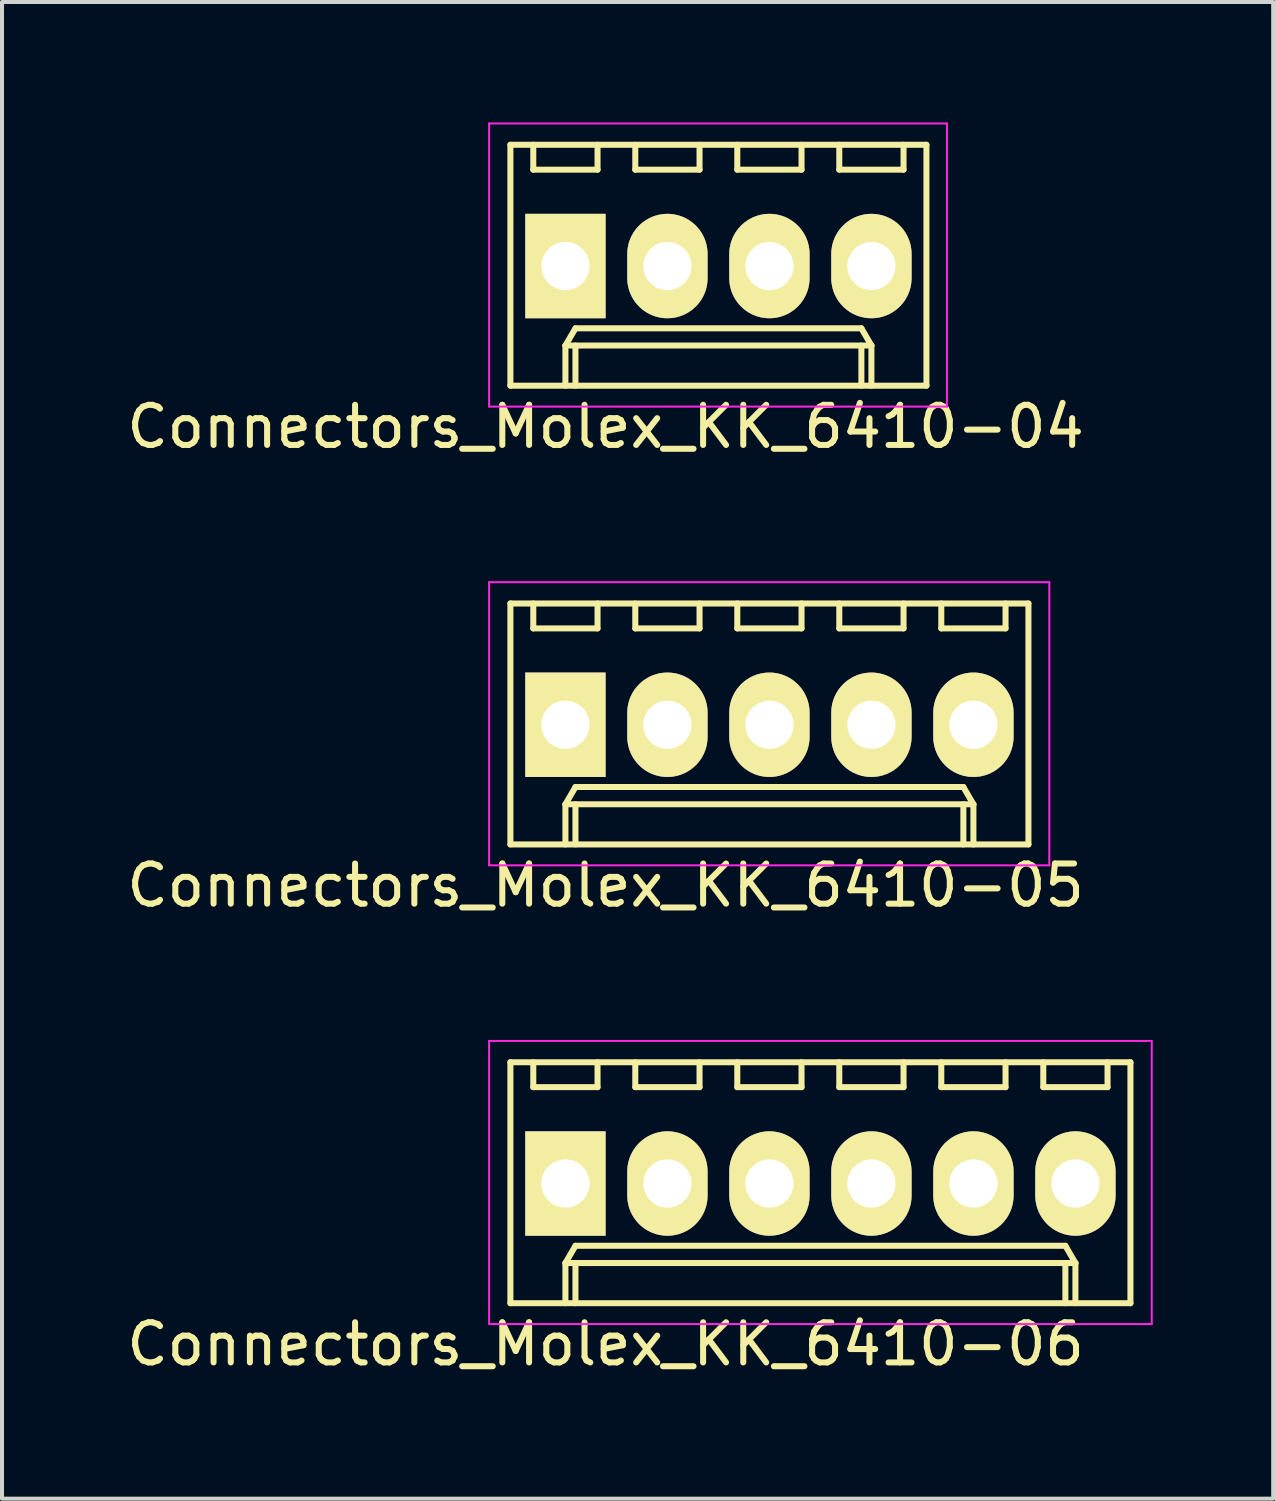
<source format=kicad_pcb>
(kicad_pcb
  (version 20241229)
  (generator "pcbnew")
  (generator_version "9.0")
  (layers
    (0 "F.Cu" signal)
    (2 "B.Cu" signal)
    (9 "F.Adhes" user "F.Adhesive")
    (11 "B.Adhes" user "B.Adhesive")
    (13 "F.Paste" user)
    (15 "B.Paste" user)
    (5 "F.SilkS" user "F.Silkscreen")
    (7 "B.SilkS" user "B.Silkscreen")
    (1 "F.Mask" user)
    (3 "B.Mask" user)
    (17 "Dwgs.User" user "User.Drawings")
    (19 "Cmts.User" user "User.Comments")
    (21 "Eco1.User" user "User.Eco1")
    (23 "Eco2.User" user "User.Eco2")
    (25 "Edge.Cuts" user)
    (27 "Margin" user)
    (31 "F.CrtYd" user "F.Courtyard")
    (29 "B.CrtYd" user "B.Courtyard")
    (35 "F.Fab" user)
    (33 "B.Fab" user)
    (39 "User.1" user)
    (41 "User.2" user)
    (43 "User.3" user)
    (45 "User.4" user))
  (footprint "Connectors_Molex_KK_6410-04"
    (layer "F.Cu")
    (at 11.03 3.575)
    (property "Reference" "Connectors_Molex_KK_6410-04" (at 1 4 0) (layer "F.SilkS") (effects (font (size 1 1) (thickness 0.15))))
    (attr through_hole)
    (fp_line (start -1.37 -3.02) (end -1.37 2.98) (stroke (width 0.15) (type solid)) (layer "F.SilkS"))
    (fp_line (start -1.37 2.98) (end 8.99 2.98) (stroke (width 0.15) (type solid)) (layer "F.SilkS"))
    (fp_line (start -0.8 -3.02) (end -0.8 -2.4) (stroke (width 0.15) (type solid)) (layer "F.SilkS"))
    (fp_line (start -0.8 -2.4) (end 0.8 -2.4) (stroke (width 0.15) (type solid)) (layer "F.SilkS"))
    (fp_line (start 0 1.98) (end 0.25 1.55) (stroke (width 0.15) (type solid)) (layer "F.SilkS"))
    (fp_line (start 0 1.98) (end 7.62 1.98) (stroke (width 0.15) (type solid)) (layer "F.SilkS"))
    (fp_line (start 0 2.98) (end 0 1.98) (stroke (width 0.15) (type solid)) (layer "F.SilkS"))
    (fp_line (start 0.25 1.55) (end 7.37 1.55) (stroke (width 0.15) (type solid)) (layer "F.SilkS"))
    (fp_line (start 0.25 2.98) (end 0.25 1.98) (stroke (width 0.15) (type solid)) (layer "F.SilkS"))
    (fp_line (start 0.8 -2.4) (end 0.8 -3.02) (stroke (width 0.15) (type solid)) (layer "F.SilkS"))
    (fp_line (start 1.74 -3.02) (end 1.74 -2.4) (stroke (width 0.15) (type solid)) (layer "F.SilkS"))
    (fp_line (start 1.74 -2.4) (end 3.34 -2.4) (stroke (width 0.15) (type solid)) (layer "F.SilkS"))
    (fp_line (start 3.34 -2.4) (end 3.34 -3.02) (stroke (width 0.15) (type solid)) (layer "F.SilkS"))
    (fp_line (start 4.28 -3.02) (end 4.28 -2.4) (stroke (width 0.15) (type solid)) (layer "F.SilkS"))
    (fp_line (start 4.28 -2.4) (end 5.88 -2.4) (stroke (width 0.15) (type solid)) (layer "F.SilkS"))
    (fp_line (start 5.88 -2.4) (end 5.88 -3.02) (stroke (width 0.15) (type solid)) (layer "F.SilkS"))
    (fp_line (start 6.82 -3.02) (end 6.82 -2.4) (stroke (width 0.15) (type solid)) (layer "F.SilkS"))
    (fp_line (start 6.82 -2.4) (end 8.42 -2.4) (stroke (width 0.15) (type solid)) (layer "F.SilkS"))
    (fp_line (start 7.37 1.55) (end 7.62 1.98) (stroke (width 0.15) (type solid)) (layer "F.SilkS"))
    (fp_line (start 7.37 2.98) (end 7.37 1.98) (stroke (width 0.15) (type solid)) (layer "F.SilkS"))
    (fp_line (start 7.62 1.98) (end 7.62 2.98) (stroke (width 0.15) (type solid)) (layer "F.SilkS"))
    (fp_line (start 8.42 -2.4) (end 8.42 -3.02) (stroke (width 0.15) (type solid)) (layer "F.SilkS"))
    (fp_line (start 8.99 -3.02) (end -1.37 -3.02) (stroke (width 0.15) (type solid)) (layer "F.SilkS"))
    (fp_line (start 8.99 2.98) (end 8.99 -3.02) (stroke (width 0.15) (type solid)) (layer "F.SilkS"))
    (fp_line (start -1.9 -3.55) (end 9.5 -3.55) (stroke (width 0.05) (type solid)) (layer "F.CrtYd"))
    (fp_line (start -1.9 3.5) (end -1.9 -3.55) (stroke (width 0.05) (type solid)) (layer "F.CrtYd"))
    (fp_line (start 9.5 -3.55) (end 9.5 3.5) (stroke (width 0.05) (type solid)) (layer "F.CrtYd"))
    (fp_line (start 9.5 3.5) (end -1.9 3.5) (stroke (width 0.05) (type solid)) (layer "F.CrtYd"))
    (pad "1" thru_hole rect (at 0 0) (size 2 2.6) (drill 1.2) (layers "*.Cu" "*.Mask" "F.SilkS"))
    (pad "2" thru_hole oval (at 2.54 0) (size 2 2.6) (drill 1.2) (layers "*.Cu" "*.Mask" "F.SilkS"))
    (pad "3" thru_hole oval (at 5.08 0) (size 2 2.6) (drill 1.2) (layers "*.Cu" "*.Mask" "F.SilkS"))
    (pad "4" thru_hole oval (at 7.62 0) (size 2 2.6) (drill 1.2) (layers "*.Cu" "*.Mask" "F.SilkS")))
  (footprint "Connectors_Molex_KK_6410-06"
    (layer "F.Cu")
    (at 11.03 26.422)
    (property "Reference" "Connectors_Molex_KK_6410-06" (at 1 4 0) (layer "F.SilkS") (effects (font (size 1 1) (thickness 0.15))))
    (attr through_hole)
    (fp_line (start -1.37 -3.02) (end -1.37 2.98) (stroke (width 0.15) (type solid)) (layer "F.SilkS"))
    (fp_line (start -1.37 2.98) (end 14.07 2.98) (stroke (width 0.15) (type solid)) (layer "F.SilkS"))
    (fp_line (start -0.8 -3.02) (end -0.8 -2.4) (stroke (width 0.15) (type solid)) (layer "F.SilkS"))
    (fp_line (start -0.8 -2.4) (end 0.8 -2.4) (stroke (width 0.15) (type solid)) (layer "F.SilkS"))
    (fp_line (start 0 1.98) (end 0.25 1.55) (stroke (width 0.15) (type solid)) (layer "F.SilkS"))
    (fp_line (start 0 1.98) (end 12.7 1.98) (stroke (width 0.15) (type solid)) (layer "F.SilkS"))
    (fp_line (start 0 2.98) (end 0 1.98) (stroke (width 0.15) (type solid)) (layer "F.SilkS"))
    (fp_line (start 0.25 1.55) (end 12.45 1.55) (stroke (width 0.15) (type solid)) (layer "F.SilkS"))
    (fp_line (start 0.25 2.98) (end 0.25 1.98) (stroke (width 0.15) (type solid)) (layer "F.SilkS"))
    (fp_line (start 0.8 -2.4) (end 0.8 -3.02) (stroke (width 0.15) (type solid)) (layer "F.SilkS"))
    (fp_line (start 1.74 -3.02) (end 1.74 -2.4) (stroke (width 0.15) (type solid)) (layer "F.SilkS"))
    (fp_line (start 1.74 -2.4) (end 3.34 -2.4) (stroke (width 0.15) (type solid)) (layer "F.SilkS"))
    (fp_line (start 3.34 -2.4) (end 3.34 -3.02) (stroke (width 0.15) (type solid)) (layer "F.SilkS"))
    (fp_line (start 4.28 -3.02) (end 4.28 -2.4) (stroke (width 0.15) (type solid)) (layer "F.SilkS"))
    (fp_line (start 4.28 -2.4) (end 5.88 -2.4) (stroke (width 0.15) (type solid)) (layer "F.SilkS"))
    (fp_line (start 5.88 -2.4) (end 5.88 -3.02) (stroke (width 0.15) (type solid)) (layer "F.SilkS"))
    (fp_line (start 6.82 -3.02) (end 6.82 -2.4) (stroke (width 0.15) (type solid)) (layer "F.SilkS"))
    (fp_line (start 6.82 -2.4) (end 8.42 -2.4) (stroke (width 0.15) (type solid)) (layer "F.SilkS"))
    (fp_line (start 8.42 -2.4) (end 8.42 -3.02) (stroke (width 0.15) (type solid)) (layer "F.SilkS"))
    (fp_line (start 9.36 -3.02) (end 9.36 -2.4) (stroke (width 0.15) (type solid)) (layer "F.SilkS"))
    (fp_line (start 9.36 -2.4) (end 10.96 -2.4) (stroke (width 0.15) (type solid)) (layer "F.SilkS"))
    (fp_line (start 10.96 -2.4) (end 10.96 -3.02) (stroke (width 0.15) (type solid)) (layer "F.SilkS"))
    (fp_line (start 11.9 -3.02) (end 11.9 -2.4) (stroke (width 0.15) (type solid)) (layer "F.SilkS"))
    (fp_line (start 11.9 -2.4) (end 13.5 -2.4) (stroke (width 0.15) (type solid)) (layer "F.SilkS"))
    (fp_line (start 12.45 1.55) (end 12.7 1.98) (stroke (width 0.15) (type solid)) (layer "F.SilkS"))
    (fp_line (start 12.45 2.98) (end 12.45 1.98) (stroke (width 0.15) (type solid)) (layer "F.SilkS"))
    (fp_line (start 12.7 1.98) (end 12.7 2.98) (stroke (width 0.15) (type solid)) (layer "F.SilkS"))
    (fp_line (start 13.5 -2.4) (end 13.5 -3.02) (stroke (width 0.15) (type solid)) (layer "F.SilkS"))
    (fp_line (start 14.07 -3.02) (end -1.37 -3.02) (stroke (width 0.15) (type solid)) (layer "F.SilkS"))
    (fp_line (start 14.07 2.98) (end 14.07 -3.02) (stroke (width 0.15) (type solid)) (layer "F.SilkS"))
    (fp_line (start -1.9 -3.55) (end 14.6 -3.55) (stroke (width 0.05) (type solid)) (layer "F.CrtYd"))
    (fp_line (start -1.9 3.5) (end -1.9 -3.55) (stroke (width 0.05) (type solid)) (layer "F.CrtYd"))
    (fp_line (start 14.6 -3.55) (end 14.6 3.5) (stroke (width 0.05) (type solid)) (layer "F.CrtYd"))
    (fp_line (start 14.6 3.5) (end -1.9 3.5) (stroke (width 0.05) (type solid)) (layer "F.CrtYd"))
    (pad "1" thru_hole rect (at 0 0) (size 2 2.6) (drill 1.2) (layers "*.Cu" "*.Mask" "F.SilkS"))
    (pad "2" thru_hole oval (at 2.54 0) (size 2 2.6) (drill 1.2) (layers "*.Cu" "*.Mask" "F.SilkS"))
    (pad "3" thru_hole oval (at 5.08 0) (size 2 2.6) (drill 1.2) (layers "*.Cu" "*.Mask" "F.SilkS"))
    (pad "4" thru_hole oval (at 7.62 0) (size 2 2.6) (drill 1.2) (layers "*.Cu" "*.Mask" "F.SilkS"))
    (pad "5" thru_hole oval (at 10.16 0) (size 2 2.6) (drill 1.2) (layers "*.Cu" "*.Mask" "F.SilkS"))
    (pad "6" thru_hole oval (at 12.7 0) (size 2 2.6) (drill 1.2) (layers "*.Cu" "*.Mask" "F.SilkS")))
  (footprint "Connectors_Molex_KK_6410-05"
    (layer "F.Cu")
    (at 11.03 14.998)
    (property "Reference" "Connectors_Molex_KK_6410-05" (at 1 4 0) (layer "F.SilkS") (effects (font (size 1 1) (thickness 0.15))))
    (attr through_hole)
    (fp_line (start -1.37 -3.02) (end -1.37 2.98) (stroke (width 0.15) (type solid)) (layer "F.SilkS"))
    (fp_line (start -1.37 2.98) (end 11.53 2.98) (stroke (width 0.15) (type solid)) (layer "F.SilkS"))
    (fp_line (start -0.8 -3.02) (end -0.8 -2.4) (stroke (width 0.15) (type solid)) (layer "F.SilkS"))
    (fp_line (start -0.8 -2.4) (end 0.8 -2.4) (stroke (width 0.15) (type solid)) (layer "F.SilkS"))
    (fp_line (start 0 1.98) (end 0.25 1.55) (stroke (width 0.15) (type solid)) (layer "F.SilkS"))
    (fp_line (start 0 1.98) (end 10.16 1.98) (stroke (width 0.15) (type solid)) (layer "F.SilkS"))
    (fp_line (start 0 2.98) (end 0 1.98) (stroke (width 0.15) (type solid)) (layer "F.SilkS"))
    (fp_line (start 0.25 1.55) (end 9.91 1.55) (stroke (width 0.15) (type solid)) (layer "F.SilkS"))
    (fp_line (start 0.25 2.98) (end 0.25 1.98) (stroke (width 0.15) (type solid)) (layer "F.SilkS"))
    (fp_line (start 0.8 -2.4) (end 0.8 -3.02) (stroke (width 0.15) (type solid)) (layer "F.SilkS"))
    (fp_line (start 1.74 -3.02) (end 1.74 -2.4) (stroke (width 0.15) (type solid)) (layer "F.SilkS"))
    (fp_line (start 1.74 -2.4) (end 3.34 -2.4) (stroke (width 0.15) (type solid)) (layer "F.SilkS"))
    (fp_line (start 3.34 -2.4) (end 3.34 -3.02) (stroke (width 0.15) (type solid)) (layer "F.SilkS"))
    (fp_line (start 4.28 -3.02) (end 4.28 -2.4) (stroke (width 0.15) (type solid)) (layer "F.SilkS"))
    (fp_line (start 4.28 -2.4) (end 5.88 -2.4) (stroke (width 0.15) (type solid)) (layer "F.SilkS"))
    (fp_line (start 5.88 -2.4) (end 5.88 -3.02) (stroke (width 0.15) (type solid)) (layer "F.SilkS"))
    (fp_line (start 6.82 -3.02) (end 6.82 -2.4) (stroke (width 0.15) (type solid)) (layer "F.SilkS"))
    (fp_line (start 6.82 -2.4) (end 8.42 -2.4) (stroke (width 0.15) (type solid)) (layer "F.SilkS"))
    (fp_line (start 8.42 -2.4) (end 8.42 -3.02) (stroke (width 0.15) (type solid)) (layer "F.SilkS"))
    (fp_line (start 9.36 -3.02) (end 9.36 -2.4) (stroke (width 0.15) (type solid)) (layer "F.SilkS"))
    (fp_line (start 9.36 -2.4) (end 10.96 -2.4) (stroke (width 0.15) (type solid)) (layer "F.SilkS"))
    (fp_line (start 9.91 1.55) (end 10.16 1.98) (stroke (width 0.15) (type solid)) (layer "F.SilkS"))
    (fp_line (start 9.91 2.98) (end 9.91 1.98) (stroke (width 0.15) (type solid)) (layer "F.SilkS"))
    (fp_line (start 10.16 1.98) (end 10.16 2.98) (stroke (width 0.15) (type solid)) (layer "F.SilkS"))
    (fp_line (start 10.96 -2.4) (end 10.96 -3.02) (stroke (width 0.15) (type solid)) (layer "F.SilkS"))
    (fp_line (start 11.53 -3.02) (end -1.37 -3.02) (stroke (width 0.15) (type solid)) (layer "F.SilkS"))
    (fp_line (start 11.53 2.98) (end 11.53 -3.02) (stroke (width 0.15) (type solid)) (layer "F.SilkS"))
    (fp_line (start -1.9 -3.55) (end 12.05 -3.55) (stroke (width 0.05) (type solid)) (layer "F.CrtYd"))
    (fp_line (start -1.9 3.5) (end -1.9 -3.55) (stroke (width 0.05) (type solid)) (layer "F.CrtYd"))
    (fp_line (start 12.05 -3.55) (end 12.05 3.5) (stroke (width 0.05) (type solid)) (layer "F.CrtYd"))
    (fp_line (start 12.05 3.5) (end -1.9 3.5) (stroke (width 0.05) (type solid)) (layer "F.CrtYd"))
    (pad "1" thru_hole rect (at 0 0) (size 2 2.6) (drill 1.2) (layers "*.Cu" "*.Mask" "F.SilkS"))
    (pad "2" thru_hole oval (at 2.54 0) (size 2 2.6) (drill 1.2) (layers "*.Cu" "*.Mask" "F.SilkS"))
    (pad "3" thru_hole oval (at 5.08 0) (size 2 2.6) (drill 1.2) (layers "*.Cu" "*.Mask" "F.SilkS"))
    (pad "4" thru_hole oval (at 7.62 0) (size 2 2.6) (drill 1.2) (layers "*.Cu" "*.Mask" "F.SilkS"))
    (pad "5" thru_hole oval (at 10.16 0) (size 2 2.6) (drill 1.2) (layers "*.Cu" "*.Mask" "F.SilkS")))
  (gr_rect
    (start -3 -3)
    (end 28.655 34.27)
    (stroke (width 0.1) (type default))
    (fill no)
    (layer "Edge.Cuts")))
</source>
